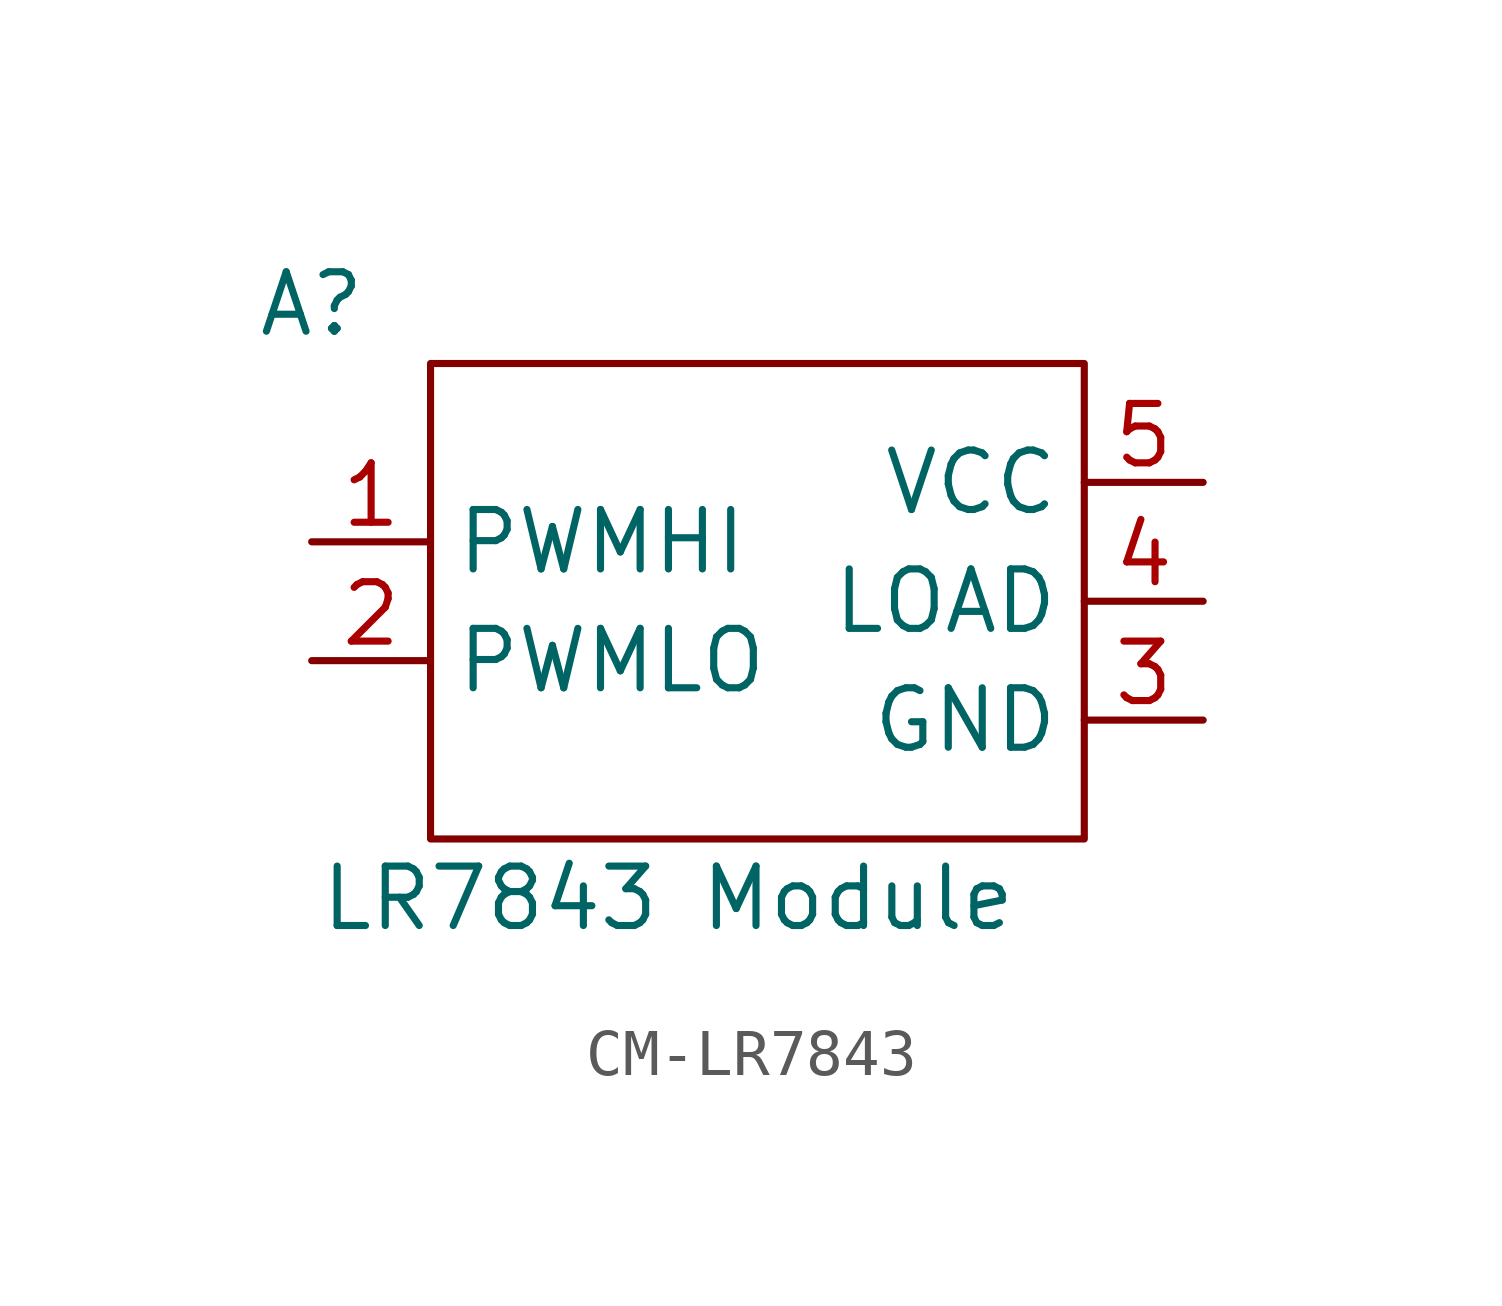
<source format=kicad_sym>
(kicad_symbol_lib
  (version 20241209)
  (generator "kicad_symbol_editor")
  (generator_version "9.0")
  (symbol "CM-LR7843"
    (property "Reference" "A"
      (at 0 0 0)
      (effects (font (size 1.27 1.27))))
    (property "Value" "LR7843 Module"
      (at 7.62 -12.7 0)
      (effects (font (size 1.27 1.27))))
    (symbol "CM-LR7843_0_1"
      (rectangle (start 2.54 -1.27) (end 16.51 -11.43) (stroke (width 0) (type default)) (fill (type none))))
    (symbol "CM-LR7843_1_1"
      (pin input line (at 0 -5.08 0) (length 2.54) (name "PWMHI" (effects (font (size 1.27 1.27)))) (number "1" (effects (font (size 1.27 1.27)))))
      (pin input line (at 0 -7.62 0) (length 2.54) (name "PWMLO" (effects (font (size 1.27 1.27)))) (number "2" (effects (font (size 1.27 1.27)))))
      (pin power_in line (at 19.05 -3.81 180) (length 2.54) (name "VCC" (effects (font (size 1.27 1.27)))) (number "5" (effects (font (size 1.27 1.27)))))
      (pin output line (at 19.05 -6.35 180) (length 2.54) (name "LOAD" (effects (font (size 1.27 1.27)))) (number "4" (effects (font (size 1.27 1.27)))))
      (pin power_in line (at 19.05 -8.89 180) (length 2.54) (name "GND" (effects (font (size 1.27 1.27)))) (number "3" (effects (font (size 1.27 1.27))))))))
</source>
